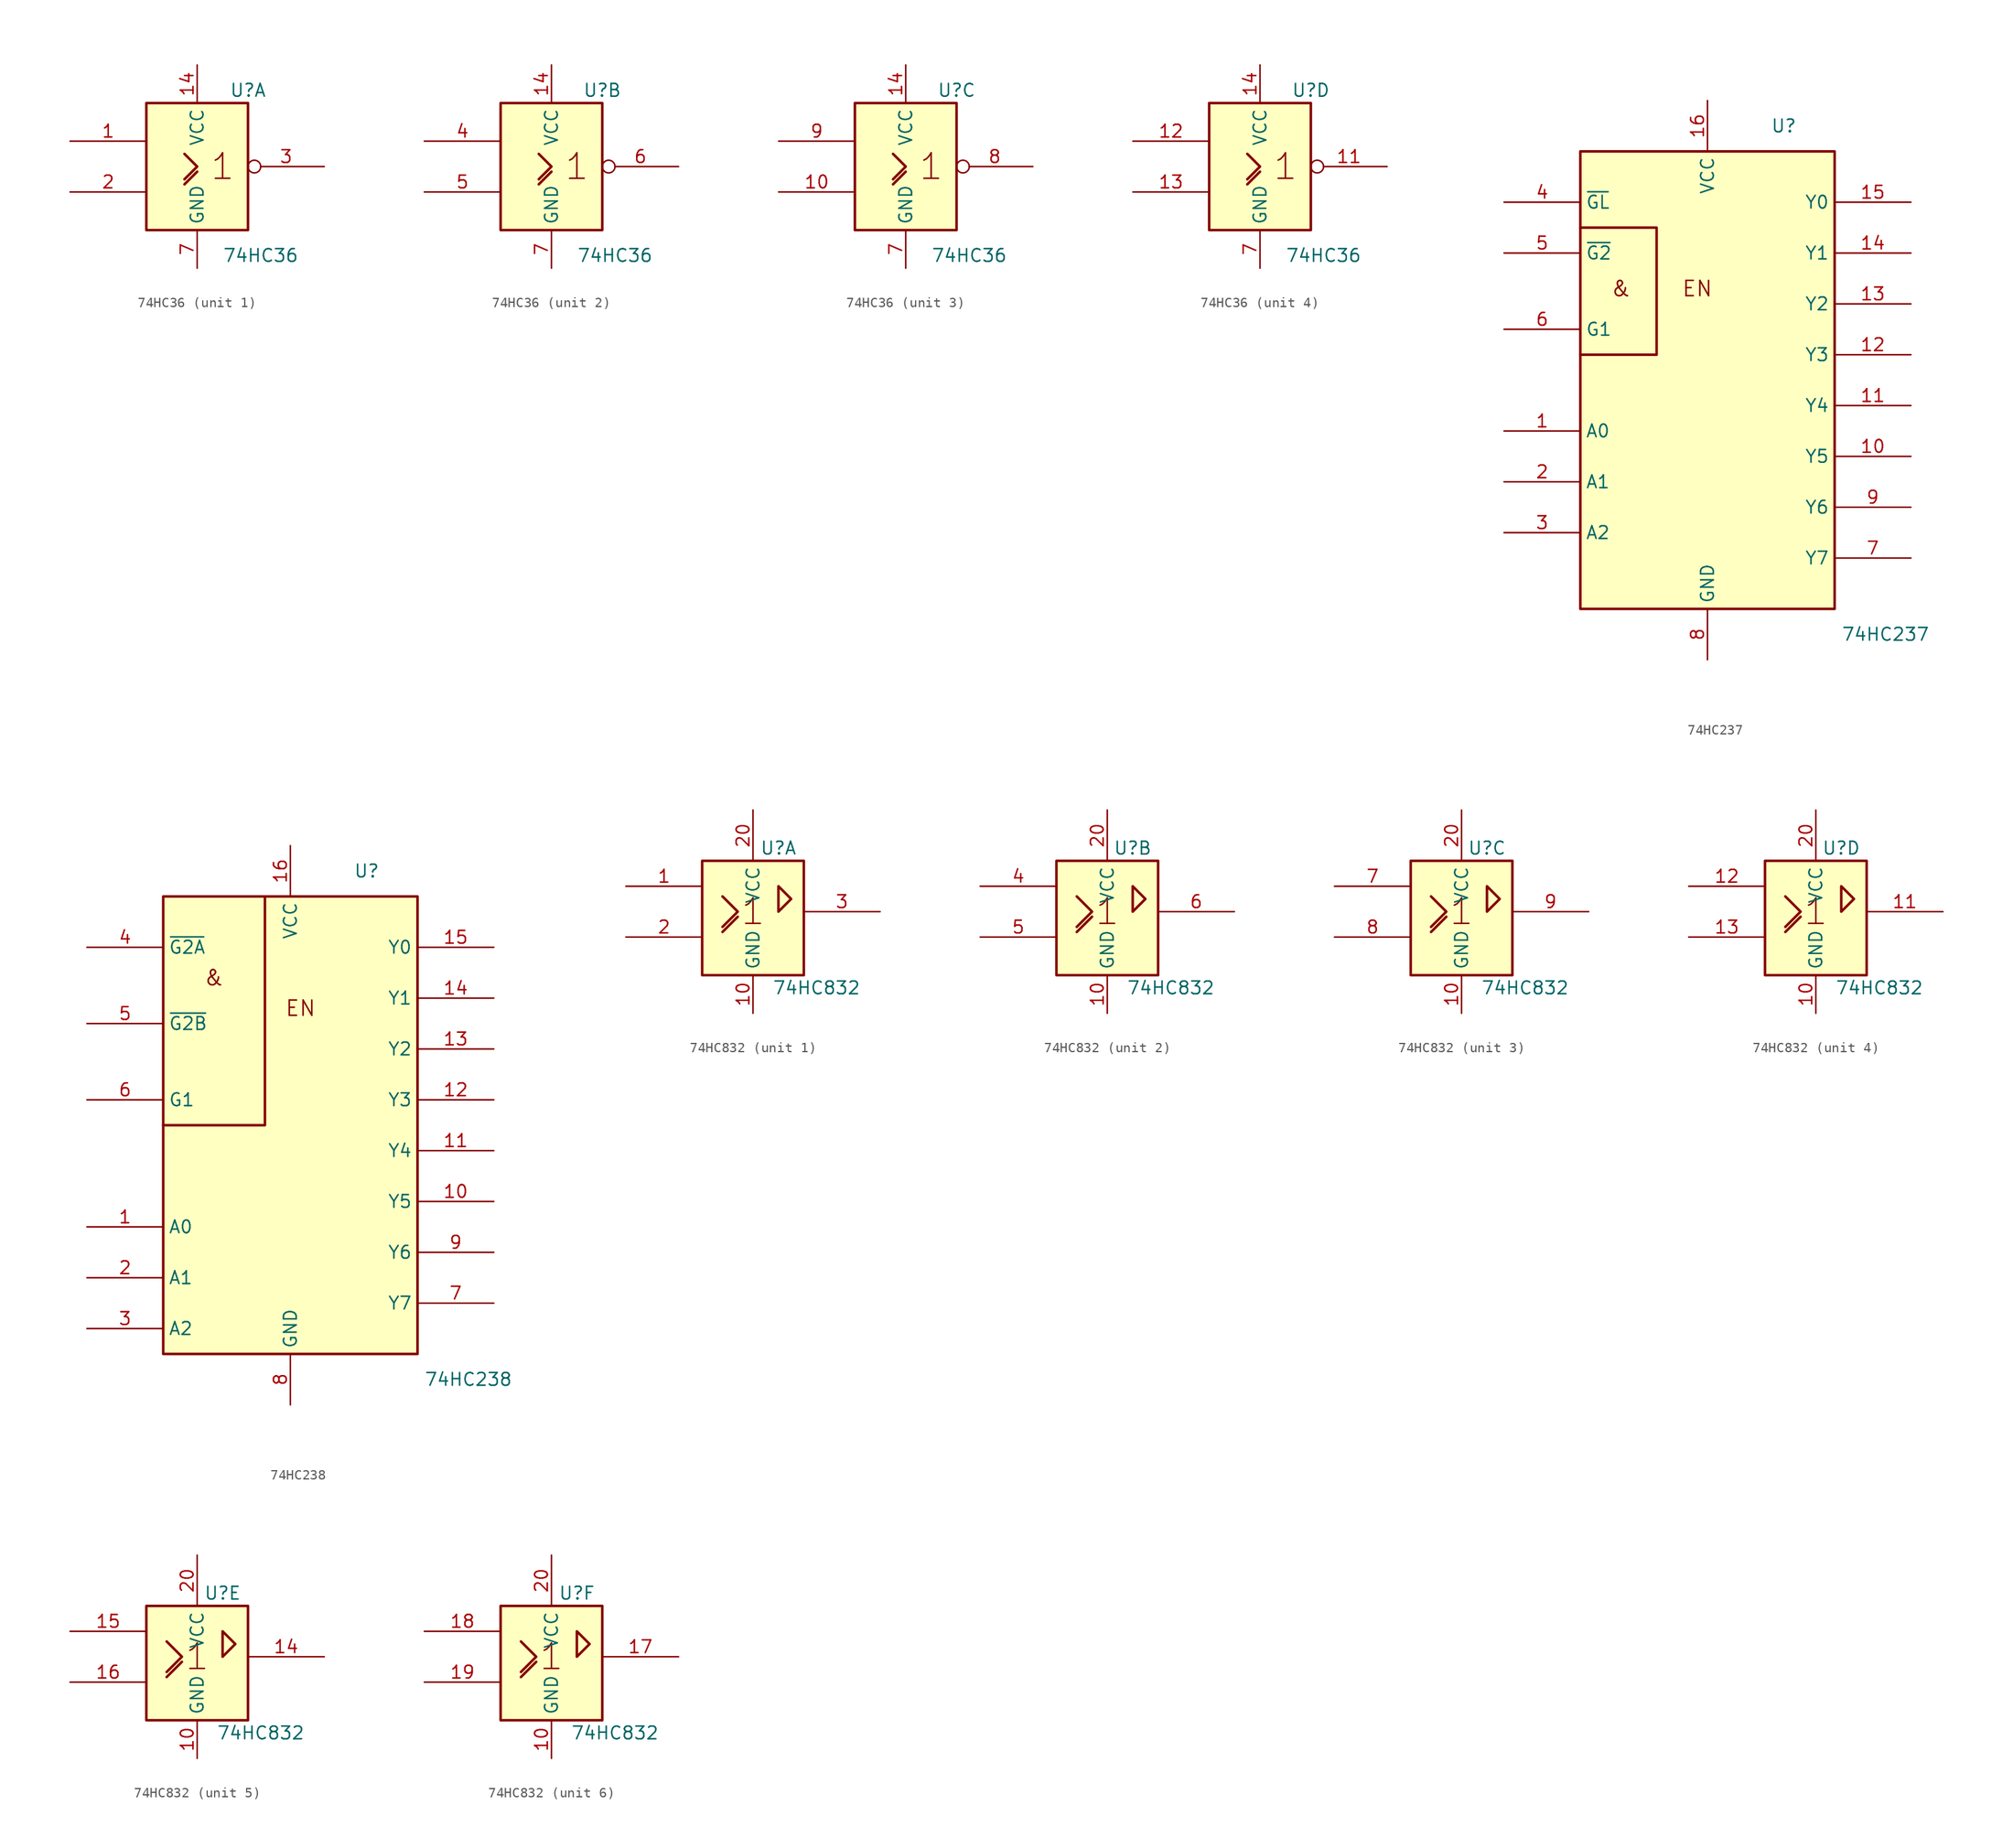
<source format=kicad_sym>
(kicad_symbol_lib
  (version 20231120)
  (generator "kicad_symbol_editor")
  (generator_version "8.0")
  (symbol "74HC36"
    (property "Reference" "U"
      (at 5.08 7.62 0)
      (effects (font (size 1.27 1.27))))
    (property "Value" "74HC36"
      (at 6.35 -8.89 0)
      (effects (font (size 1.27 1.27))))
    (symbol "74HC36_0_0"
      (polyline (pts (xy -1.27 -1.778) (xy 0 -0.508) (xy 0 -0.508)) (stroke (width 0.254) (type default)) (fill (type background)))
      (polyline (pts (xy -1.27 1.27) (xy 0 0) (xy -1.27 -1.27) (xy -1.27 -1.27)) (stroke (width 0.254) (type default)) (fill (type background)))
      (text "1" (at 2.54 0 0) (effects (font (size 2.54 2.54)))))
    (symbol "74HC36_0_1"
      (rectangle (start -5.08 6.35) (end 5.08 -6.35) (stroke (width 0.254) (type default)) (fill (type background)))
      (pin power_in line (at 0 10.16 270) (length 3.81) (name "VCC" (effects (font (size 1.27 1.27)))) (number "14" (effects (font (size 1.27 1.27)))))
      (pin power_in line (at 0 -10.16 90) (length 3.81) (name "GND" (effects (font (size 1.27 1.27)))) (number "7" (effects (font (size 1.27 1.27))))))
    (symbol "74HC36_1_1"
      (pin input line (at -12.7 2.54 0) (length 7.62) (name "~" (effects (font (size 1.27 1.27)))) (number "1" (effects (font (size 1.27 1.27)))))
      (pin input line (at -12.7 -2.54 0) (length 7.62) (name "~" (effects (font (size 1.27 1.27)))) (number "2" (effects (font (size 1.27 1.27)))))
      (pin output inverted (at 12.7 0 180) (length 7.62) (name "~" (effects (font (size 1.27 1.27)))) (number "3" (effects (font (size 1.27 1.27))))))
    (symbol "74HC36_2_1"
      (pin input line (at -12.7 2.54 0) (length 7.62) (name "~" (effects (font (size 1.27 1.27)))) (number "4" (effects (font (size 1.27 1.27)))))
      (pin input line (at -12.7 -2.54 0) (length 7.62) (name "~" (effects (font (size 1.27 1.27)))) (number "5" (effects (font (size 1.27 1.27)))))
      (pin output inverted (at 12.7 0 180) (length 7.62) (name "~" (effects (font (size 1.27 1.27)))) (number "6" (effects (font (size 1.27 1.27))))))
    (symbol "74HC36_3_1"
      (pin input line (at -12.7 -2.54 0) (length 7.62) (name "~" (effects (font (size 1.27 1.27)))) (number "10" (effects (font (size 1.27 1.27)))))
      (pin output inverted (at 12.7 0 180) (length 7.62) (name "~" (effects (font (size 1.27 1.27)))) (number "8" (effects (font (size 1.27 1.27)))))
      (pin input line (at -12.7 2.54 0) (length 7.62) (name "~" (effects (font (size 1.27 1.27)))) (number "9" (effects (font (size 1.27 1.27))))))
    (symbol "74HC36_4_1"
      (pin output inverted (at 12.7 0 180) (length 7.62) (name "~" (effects (font (size 1.27 1.27)))) (number "11" (effects (font (size 1.27 1.27)))))
      (pin input line (at -12.7 2.54 0) (length 7.62) (name "~" (effects (font (size 1.27 1.27)))) (number "12" (effects (font (size 1.27 1.27)))))
      (pin input line (at -12.7 -2.54 0) (length 7.62) (name "~" (effects (font (size 1.27 1.27)))) (number "13" (effects (font (size 1.27 1.27)))))))
  (symbol "74HC237"
    (property "Reference" "U"
      (at 7.62 17.78 0)
      (effects (font (size 1.27 1.27))))
    (property "Value" "74HC237"
      (at 17.78 -33.02 0)
      (effects (font (size 1.27 1.27))))
    (symbol "74HC237_0_0"
      (text "&" (at -8.636 1.524 0) (effects (font (size 1.524 1.524))))
      (text "EN" (at -1.016 1.524 0) (effects (font (size 1.524 1.524))))
      (pin power_in line (at 0 20.32 270) (length 5.08) (name "VCC" (effects (font (size 1.27 1.27)))) (number "16" (effects (font (size 1.27 1.27))))))
    (symbol "74HC237_0_1"
      (rectangle (start -12.7 15.24) (end 12.7 -30.48) (stroke (width 0.254) (type default)) (fill (type background)))
      (polyline (pts (xy -12.7 7.62) (xy -5.08 7.62) (xy -5.08 -5.08) (xy -12.7 -5.08) (xy -12.7 -5.08)) (stroke (width 0.254) (type default)) (fill (type background)))
      (pin power_in line (at 0 -35.56 90) (length 5.08) (name "GND" (effects (font (size 1.27 1.27)))) (number "8" (effects (font (size 1.27 1.27))))))
    (symbol "74HC237_1_1"
      (pin input line (at -20.32 -12.7 0) (length 7.62) (name "A0" (effects (font (size 1.27 1.27)))) (number "1" (effects (font (size 1.27 1.27)))))
      (pin output line (at 20.32 -15.24 180) (length 7.62) (name "Y5" (effects (font (size 1.27 1.27)))) (number "10" (effects (font (size 1.27 1.27)))))
      (pin output line (at 20.32 -10.16 180) (length 7.62) (name "Y4" (effects (font (size 1.27 1.27)))) (number "11" (effects (font (size 1.27 1.27)))))
      (pin output line (at 20.32 -5.08 180) (length 7.62) (name "Y3" (effects (font (size 1.27 1.27)))) (number "12" (effects (font (size 1.27 1.27)))))
      (pin output line (at 20.32 0 180) (length 7.62) (name "Y2" (effects (font (size 1.27 1.27)))) (number "13" (effects (font (size 1.27 1.27)))))
      (pin output line (at 20.32 5.08 180) (length 7.62) (name "Y1" (effects (font (size 1.27 1.27)))) (number "14" (effects (font (size 1.27 1.27)))))
      (pin output line (at 20.32 10.16 180) (length 7.62) (name "Y0" (effects (font (size 1.27 1.27)))) (number "15" (effects (font (size 1.27 1.27)))))
      (pin input line (at -20.32 -17.78 0) (length 7.62) (name "A1" (effects (font (size 1.27 1.27)))) (number "2" (effects (font (size 1.27 1.27)))))
      (pin input line (at -20.32 -22.86 0) (length 7.62) (name "A2" (effects (font (size 1.27 1.27)))) (number "3" (effects (font (size 1.27 1.27)))))
      (pin input line (at -20.32 10.16 0) (length 7.62) (name "~{GL}" (effects (font (size 1.27 1.27)))) (number "4" (effects (font (size 1.27 1.27)))))
      (pin input line (at -20.32 5.08 0) (length 7.62) (name "~{G2}" (effects (font (size 1.27 1.27)))) (number "5" (effects (font (size 1.27 1.27)))))
      (pin input line (at -20.32 -2.54 0) (length 7.62) (name "G1" (effects (font (size 1.27 1.27)))) (number "6" (effects (font (size 1.27 1.27)))))
      (pin output line (at 20.32 -25.4 180) (length 7.62) (name "Y7" (effects (font (size 1.27 1.27)))) (number "7" (effects (font (size 1.27 1.27)))))
      (pin output line (at 20.32 -20.32 180) (length 7.62) (name "Y6" (effects (font (size 1.27 1.27)))) (number "9" (effects (font (size 1.27 1.27)))))))
  (symbol "74HC238"
    (property "Reference" "U"
      (at 7.62 17.78 0)
      (effects (font (size 1.27 1.27))))
    (property "Value" "74HC238"
      (at 17.78 -33.02 0)
      (effects (font (size 1.27 1.27))))
    (symbol "74HC238_0_0"
      (text "&" (at -7.62 7.112 0) (effects (font (size 1.524 1.524))))
      (text "EN" (at 1.016 4.064 0) (effects (font (size 1.524 1.524))))
      (pin power_in line (at 0 20.32 270) (length 5.08) (name "VCC" (effects (font (size 1.27 1.27)))) (number "16" (effects (font (size 1.27 1.27))))))
    (symbol "74HC238_0_1"
      (rectangle (start -12.7 15.24) (end 12.7 -30.48) (stroke (width 0.254) (type default)) (fill (type background)))
      (polyline (pts (xy -2.54 15.24) (xy -2.54 -7.62) (xy -12.7 -7.62) (xy -12.7 -7.62)) (stroke (width 0.254) (type default)) (fill (type background))))
    (symbol "74HC238_1_1"
      (pin input line (at -20.32 -17.78 0) (length 7.62) (name "A0" (effects (font (size 1.27 1.27)))) (number "1" (effects (font (size 1.27 1.27)))))
      (pin output line (at 20.32 -15.24 180) (length 7.62) (name "Y5" (effects (font (size 1.27 1.27)))) (number "10" (effects (font (size 1.27 1.27)))))
      (pin output line (at 20.32 -10.16 180) (length 7.62) (name "Y4" (effects (font (size 1.27 1.27)))) (number "11" (effects (font (size 1.27 1.27)))))
      (pin output line (at 20.32 -5.08 180) (length 7.62) (name "Y3" (effects (font (size 1.27 1.27)))) (number "12" (effects (font (size 1.27 1.27)))))
      (pin output line (at 20.32 0 180) (length 7.62) (name "Y2" (effects (font (size 1.27 1.27)))) (number "13" (effects (font (size 1.27 1.27)))))
      (pin output line (at 20.32 5.08 180) (length 7.62) (name "Y1" (effects (font (size 1.27 1.27)))) (number "14" (effects (font (size 1.27 1.27)))))
      (pin output line (at 20.32 10.16 180) (length 7.62) (name "Y0" (effects (font (size 1.27 1.27)))) (number "15" (effects (font (size 1.27 1.27)))))
      (pin input line (at -20.32 -22.86 0) (length 7.62) (name "A1" (effects (font (size 1.27 1.27)))) (number "2" (effects (font (size 1.27 1.27)))))
      (pin input line (at -20.32 -27.94 0) (length 7.62) (name "A2" (effects (font (size 1.27 1.27)))) (number "3" (effects (font (size 1.27 1.27)))))
      (pin input line (at -20.32 10.16 0) (length 7.62) (name "~{G2A}" (effects (font (size 1.27 1.27)))) (number "4" (effects (font (size 1.27 1.27)))))
      (pin input line (at -20.32 2.54 0) (length 7.62) (name "~{G2B}" (effects (font (size 1.27 1.27)))) (number "5" (effects (font (size 1.27 1.27)))))
      (pin input line (at -20.32 -5.08 0) (length 7.62) (name "G1" (effects (font (size 1.27 1.27)))) (number "6" (effects (font (size 1.27 1.27)))))
      (pin output line (at 20.32 -25.4 180) (length 7.62) (name "Y7" (effects (font (size 1.27 1.27)))) (number "7" (effects (font (size 1.27 1.27)))))
      (pin power_in line (at 0 -35.56 90) (length 5.08) (name "GND" (effects (font (size 1.27 1.27)))) (number "8" (effects (font (size 1.27 1.27)))))
      (pin output line (at 20.32 -20.32 180) (length 7.62) (name "Y6" (effects (font (size 1.27 1.27)))) (number "9" (effects (font (size 1.27 1.27)))))))
  (symbol "74HC832"
    (property "Reference" "U"
      (at 2.54 6.35 0)
      (effects (font (size 1.27 1.27))))
    (property "Value" "74HC832"
      (at 6.35 -7.62 0)
      (effects (font (size 1.27 1.27))))
    (symbol "74HC832_0_1"
      (rectangle (start -5.08 5.08) (end 5.08 -6.35) (stroke (width 0.254) (type default)) (fill (type background)))
      (polyline (pts (xy -3.048 -2.032) (xy -1.524 -0.508) (xy -1.524 -0.508)) (stroke (width 0.254) (type default)) (fill (type background)))
      (polyline (pts (xy -3.048 1.524) (xy -1.524 0) (xy -3.048 -1.524) (xy -3.048 -1.524)) (stroke (width 0.254) (type default)) (fill (type background)))
      (polyline (pts (xy 2.54 0) (xy 2.54 2.54) (xy 3.81 1.27) (xy 2.54 0) (xy 2.54 0)) (stroke (width 0.254) (type default)) (fill (type background)))
      (text "1" (at 0 0 0) (effects (font (size 2.54 2.54))))
      (pin power_in line (at 0 -10.16 90) (length 3.81) (name "GND" (effects (font (size 1.27 1.27)))) (number "10" (effects (font (size 1.27 1.27)))))
      (pin power_in line (at 0 10.16 270) (length 5.08) (name "VCC" (effects (font (size 1.27 1.27)))) (number "20" (effects (font (size 1.27 1.27))))))
    (symbol "74HC832_1_1"
      (pin input line (at -12.7 2.54 0) (length 7.62) (name "~" (effects (font (size 1.27 1.27)))) (number "1" (effects (font (size 1.27 1.27)))))
      (pin input line (at -12.7 -2.54 0) (length 7.62) (name "~" (effects (font (size 1.27 1.27)))) (number "2" (effects (font (size 1.27 1.27)))))
      (pin output line (at 12.7 0 180) (length 7.62) (name "~" (effects (font (size 1.27 1.27)))) (number "3" (effects (font (size 1.27 1.27))))))
    (symbol "74HC832_2_1"
      (pin input line (at -12.7 2.54 0) (length 7.62) (name "~" (effects (font (size 1.27 1.27)))) (number "4" (effects (font (size 1.27 1.27)))))
      (pin input line (at -12.7 -2.54 0) (length 7.62) (name "~" (effects (font (size 1.27 1.27)))) (number "5" (effects (font (size 1.27 1.27)))))
      (pin output line (at 12.7 0 180) (length 7.62) (name "~" (effects (font (size 1.27 1.27)))) (number "6" (effects (font (size 1.27 1.27))))))
    (symbol "74HC832_3_1"
      (pin input line (at -12.7 2.54 0) (length 7.62) (name "~" (effects (font (size 1.27 1.27)))) (number "7" (effects (font (size 1.27 1.27)))))
      (pin input line (at -12.7 -2.54 0) (length 7.62) (name "~" (effects (font (size 1.27 1.27)))) (number "8" (effects (font (size 1.27 1.27)))))
      (pin output line (at 12.7 0 180) (length 7.62) (name "~" (effects (font (size 1.27 1.27)))) (number "9" (effects (font (size 1.27 1.27))))))
    (symbol "74HC832_4_1"
      (pin output line (at 12.7 0 180) (length 7.62) (name "~" (effects (font (size 1.27 1.27)))) (number "11" (effects (font (size 1.27 1.27)))))
      (pin input line (at -12.7 2.54 0) (length 7.62) (name "~" (effects (font (size 1.27 1.27)))) (number "12" (effects (font (size 1.27 1.27)))))
      (pin input line (at -12.7 -2.54 0) (length 7.62) (name "~" (effects (font (size 1.27 1.27)))) (number "13" (effects (font (size 1.27 1.27))))))
    (symbol "74HC832_5_1"
      (pin output line (at 12.7 0 180) (length 7.62) (name "~" (effects (font (size 1.27 1.27)))) (number "14" (effects (font (size 1.27 1.27)))))
      (pin input line (at -12.7 2.54 0) (length 7.62) (name "~" (effects (font (size 1.27 1.27)))) (number "15" (effects (font (size 1.27 1.27)))))
      (pin input line (at -12.7 -2.54 0) (length 7.62) (name "~" (effects (font (size 1.27 1.27)))) (number "16" (effects (font (size 1.27 1.27))))))
    (symbol "74HC832_6_1"
      (pin output line (at 12.7 0 180) (length 7.62) (name "~" (effects (font (size 1.27 1.27)))) (number "17" (effects (font (size 1.27 1.27)))))
      (pin input line (at -12.7 2.54 0) (length 7.62) (name "~" (effects (font (size 1.27 1.27)))) (number "18" (effects (font (size 1.27 1.27)))))
      (pin input line (at -12.7 -2.54 0) (length 7.62) (name "~" (effects (font (size 1.27 1.27)))) (number "19" (effects (font (size 1.27 1.27))))))))
</source>
